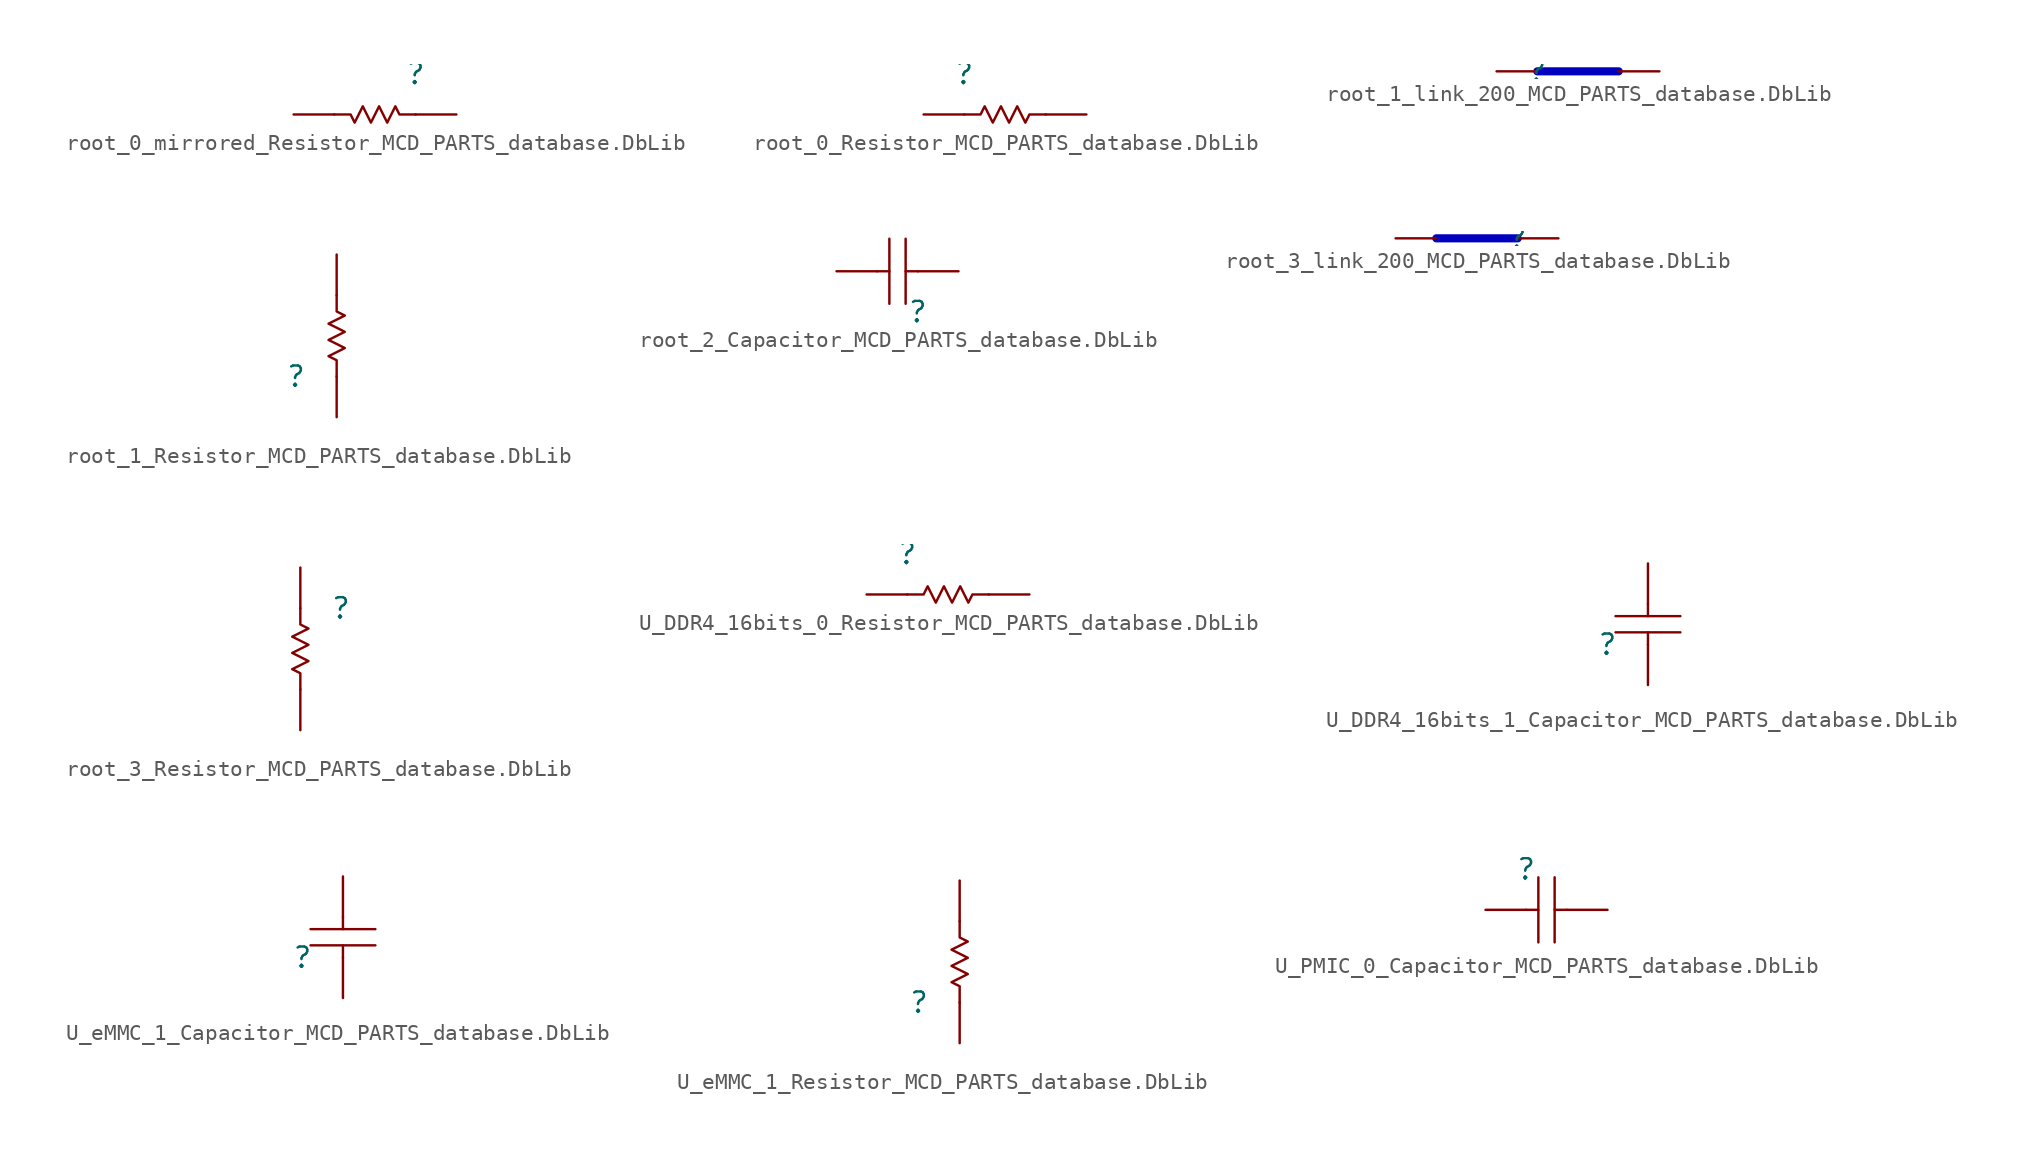
<source format=kicad_sym>
(kicad_symbol_lib
  (version 20241209)
  (generator "kicad_symbol_editor")
  (generator_version "9.0")
  (symbol "root_0_mirrored_Resistor_MCD_PARTS_database.DbLib"
    (pin_numbers
      (hide yes))
    (pin_names
      (hide yes))
    (property "Reference" ""
      (at 0 0 0)
      (effects (font (size 1.27 1.27))))
    (property "Value" ""
      (at 0 0 0)
      (effects (font (size 1.27 1.27))))
    (symbol "root_0_mirrored_Resistor_MCD_PARTS_database.DbLib_1_0"
      (polyline (pts (xy -5.08 -2.54) (xy -4.064 -2.54) (xy -3.81 -3.048) (xy -3.302 -2.032) (xy -2.794 -3.048) (xy -2.286 -2.032) (xy -1.778 -3.048) (xy -1.27 -2.032) (xy -1.016 -2.54) (xy 0 -2.54)) (stroke (width 0) (type solid)) (fill (type none)))
      (pin passive line (at -7.62 -2.54 0) (length 2.54) (name "2" (effects (font (size 1.27 1.27)))) (number "2" (effects (font (size 1.27 1.27)))))
      (pin passive line (at 2.54 -2.54 180) (length 2.54) (name "1" (effects (font (size 1.27 1.27)))) (number "1" (effects (font (size 1.27 1.27)))))))
  (symbol "root_0_Resistor_MCD_PARTS_database.DbLib"
    (pin_numbers
      (hide yes))
    (pin_names
      (hide yes))
    (property "Reference" ""
      (at 0 0 0)
      (effects (font (size 1.27 1.27))))
    (property "Value" ""
      (at 0 0 0)
      (effects (font (size 1.27 1.27))))
    (symbol "root_0_Resistor_MCD_PARTS_database.DbLib_1_0"
      (polyline (pts (xy 5.08 -2.54) (xy 4.064 -2.54) (xy 3.81 -3.048) (xy 3.302 -2.032) (xy 2.794 -3.048) (xy 2.286 -2.032) (xy 1.778 -3.048) (xy 1.27 -2.032) (xy 1.016 -2.54) (xy 0 -2.54)) (stroke (width 0) (type solid)) (fill (type none)))
      (pin passive line (at -2.54 -2.54 0) (length 2.54) (name "1" (effects (font (size 1.27 1.27)))) (number "1" (effects (font (size 1.27 1.27)))))
      (pin passive line (at 7.62 -2.54 180) (length 2.54) (name "2" (effects (font (size 1.27 1.27)))) (number "2" (effects (font (size 1.27 1.27)))))))
  (symbol "root_1_link_200_MCD_PARTS_database.DbLib"
    (pin_numbers
      (hide yes))
    (pin_names
      (hide yes))
    (property "Reference" ""
      (at 0 0 0)
      (effects (font (size 1.27 1.27))))
    (property "Value" ""
      (at 0 0 0)
      (effects (font (size 1.27 1.27))))
    (symbol "root_1_link_200_MCD_PARTS_database.DbLib_1_0"
      (polyline (pts (xy 0 0) (xy 5.08 0)) (stroke (width 0.508) (type solid) (color 0 0 191 1)) (fill (type none)))
      (pin passive line (at -2.54 0 0) (length 2.54) (name "2" (effects (font (size 1.27 1.27)))) (number "2" (effects (font (size 1.27 1.27)))))
      (pin passive line (at 7.62 0 180) (length 2.54) (name "1" (effects (font (size 1.27 1.27)))) (number "1" (effects (font (size 1.27 1.27)))))))
  (symbol "root_1_Resistor_MCD_PARTS_database.DbLib"
    (pin_numbers
      (hide yes))
    (pin_names
      (hide yes))
    (property "Reference" ""
      (at 0 0 0)
      (effects (font (size 1.27 1.27))))
    (property "Value" ""
      (at 0 0 0)
      (effects (font (size 1.27 1.27))))
    (symbol "root_1_Resistor_MCD_PARTS_database.DbLib_1_0"
      (polyline (pts (xy 2.54 5.08) (xy 2.54 4.064) (xy 3.048 3.81) (xy 2.032 3.302) (xy 3.048 2.794) (xy 2.032 2.286) (xy 3.048 1.778) (xy 2.032 1.27) (xy 2.54 1.016) (xy 2.54 0)) (stroke (width 0) (type solid)) (fill (type none)))
      (pin passive line (at 2.54 7.62 270) (length 2.54) (name "2" (effects (font (size 1.27 1.27)))) (number "2" (effects (font (size 1.27 1.27)))))
      (pin passive line (at 2.54 -2.54 90) (length 2.54) (name "1" (effects (font (size 1.27 1.27)))) (number "1" (effects (font (size 1.27 1.27)))))))
  (symbol "root_2_Capacitor_MCD_PARTS_database.DbLib"
    (pin_numbers
      (hide yes))
    (pin_names
      (hide yes))
    (property "Reference" ""
      (at 0 0 0)
      (effects (font (size 1.27 1.27))))
    (property "Value" ""
      (at 0 0 0)
      (effects (font (size 1.27 1.27))))
    (symbol "root_2_Capacitor_MCD_PARTS_database.DbLib_1_0"
      (polyline (pts (xy -2.54 2.54) (xy -1.778 2.54)) (stroke (width 0) (type solid)) (fill (type none)))
      (polyline (pts (xy -1.778 0.508) (xy -1.778 4.572)) (stroke (width 0) (type solid)) (fill (type none)))
      (polyline (pts (xy -0.762 4.572) (xy -0.762 0.508)) (stroke (width 0) (type solid)) (fill (type none)))
      (polyline (pts (xy 0 2.54) (xy -0.762 2.54)) (stroke (width 0) (type solid)) (fill (type none)))
      (pin passive line (at -5.08 2.54 0) (length 2.54) (name "2" (effects (font (size 1.27 1.27)))) (number "2" (effects (font (size 1.27 1.27)))))
      (pin passive line (at 2.54 2.54 180) (length 2.54) (name "1" (effects (font (size 1.27 1.27)))) (number "1" (effects (font (size 1.27 1.27)))))))
  (symbol "root_3_link_200_MCD_PARTS_database.DbLib"
    (pin_numbers
      (hide yes))
    (pin_names
      (hide yes))
    (property "Reference" ""
      (at 0 0 0)
      (effects (font (size 1.27 1.27))))
    (property "Value" ""
      (at 0 0 0)
      (effects (font (size 1.27 1.27))))
    (symbol "root_3_link_200_MCD_PARTS_database.DbLib_1_0"
      (polyline (pts (xy 0 0) (xy -5.08 0)) (stroke (width 0.508) (type solid) (color 0 0 191 1)) (fill (type none)))
      (pin passive line (at -7.62 0 0) (length 2.54) (name "1" (effects (font (size 1.27 1.27)))) (number "1" (effects (font (size 1.27 1.27)))))
      (pin passive line (at 2.54 0 180) (length 2.54) (name "2" (effects (font (size 1.27 1.27)))) (number "2" (effects (font (size 1.27 1.27)))))))
  (symbol "root_3_Resistor_MCD_PARTS_database.DbLib"
    (pin_numbers
      (hide yes))
    (pin_names
      (hide yes))
    (property "Reference" ""
      (at 0 0 0)
      (effects (font (size 1.27 1.27))))
    (property "Value" ""
      (at 0 0 0)
      (effects (font (size 1.27 1.27))))
    (symbol "root_3_Resistor_MCD_PARTS_database.DbLib_1_0"
      (polyline (pts (xy -2.54 -5.08) (xy -2.54 -4.064) (xy -3.048 -3.81) (xy -2.032 -3.302) (xy -3.048 -2.794) (xy -2.032 -2.286) (xy -3.048 -1.778) (xy -2.032 -1.27) (xy -2.54 -1.016) (xy -2.54 0)) (stroke (width 0) (type solid)) (fill (type none)))
      (pin passive line (at -2.54 2.54 270) (length 2.54) (name "1" (effects (font (size 1.27 1.27)))) (number "1" (effects (font (size 1.27 1.27)))))
      (pin passive line (at -2.54 -7.62 90) (length 2.54) (name "2" (effects (font (size 1.27 1.27)))) (number "2" (effects (font (size 1.27 1.27)))))))
  (symbol "U_DDR4_16bits_0_Resistor_MCD_PARTS_database.DbLib"
    (pin_numbers
      (hide yes))
    (pin_names
      (hide yes))
    (property "Reference" ""
      (at 0 0 0)
      (effects (font (size 1.27 1.27))))
    (property "Value" ""
      (at 0 0 0)
      (effects (font (size 1.27 1.27))))
    (symbol "U_DDR4_16bits_0_Resistor_MCD_PARTS_database.DbLib_1_0"
      (polyline (pts (xy 5.08 -2.54) (xy 4.064 -2.54) (xy 3.81 -3.048) (xy 3.302 -2.032) (xy 2.794 -3.048) (xy 2.286 -2.032) (xy 1.778 -3.048) (xy 1.27 -2.032) (xy 1.016 -2.54) (xy 0 -2.54)) (stroke (width 0) (type solid)) (fill (type none)))
      (pin passive line (at -2.54 -2.54 0) (length 2.54) (name "1" (effects (font (size 1.27 1.27)))) (number "1" (effects (font (size 1.27 1.27)))))
      (pin passive line (at 7.62 -2.54 180) (length 2.54) (name "2" (effects (font (size 1.27 1.27)))) (number "2" (effects (font (size 1.27 1.27)))))))
  (symbol "U_DDR4_16bits_1_Capacitor_MCD_PARTS_database.DbLib"
    (pin_numbers
      (hide yes))
    (pin_names
      (hide yes))
    (property "Reference" ""
      (at 0 0 0)
      (effects (font (size 1.27 1.27))))
    (property "Value" ""
      (at 0 0 0)
      (effects (font (size 1.27 1.27))))
    (symbol "U_DDR4_16bits_1_Capacitor_MCD_PARTS_database.DbLib_1_0"
      (polyline (pts (xy 0.508 1.778) (xy 4.572 1.778)) (stroke (width 0) (type solid)) (fill (type none)))
      (polyline (pts (xy 2.54 2.54) (xy 2.54 1.778)) (stroke (width 0) (type solid)) (fill (type none)))
      (polyline (pts (xy 2.54 0) (xy 2.54 0.762)) (stroke (width 0) (type solid)) (fill (type none)))
      (polyline (pts (xy 4.572 0.762) (xy 0.508 0.762)) (stroke (width 0) (type solid)) (fill (type none)))
      (pin passive line (at 2.54 5.08 270) (length 2.54) (name "2" (effects (font (size 1.27 1.27)))) (number "2" (effects (font (size 1.27 1.27)))))
      (pin passive line (at 2.54 -2.54 90) (length 2.54) (name "1" (effects (font (size 1.27 1.27)))) (number "1" (effects (font (size 1.27 1.27)))))))
  (symbol "U_eMMC_1_Capacitor_MCD_PARTS_database.DbLib"
    (pin_numbers
      (hide yes))
    (pin_names
      (hide yes))
    (property "Reference" ""
      (at 0 0 0)
      (effects (font (size 1.27 1.27))))
    (property "Value" ""
      (at 0 0 0)
      (effects (font (size 1.27 1.27))))
    (symbol "U_eMMC_1_Capacitor_MCD_PARTS_database.DbLib_1_0"
      (polyline (pts (xy 0.508 1.778) (xy 4.572 1.778)) (stroke (width 0) (type solid)) (fill (type none)))
      (polyline (pts (xy 2.54 2.54) (xy 2.54 1.778)) (stroke (width 0) (type solid)) (fill (type none)))
      (polyline (pts (xy 2.54 0) (xy 2.54 0.762)) (stroke (width 0) (type solid)) (fill (type none)))
      (polyline (pts (xy 4.572 0.762) (xy 0.508 0.762)) (stroke (width 0) (type solid)) (fill (type none)))
      (pin passive line (at 2.54 5.08 270) (length 2.54) (name "2" (effects (font (size 1.27 1.27)))) (number "2" (effects (font (size 1.27 1.27)))))
      (pin passive line (at 2.54 -2.54 90) (length 2.54) (name "1" (effects (font (size 1.27 1.27)))) (number "1" (effects (font (size 1.27 1.27)))))))
  (symbol "U_eMMC_1_Resistor_MCD_PARTS_database.DbLib"
    (pin_numbers
      (hide yes))
    (pin_names
      (hide yes))
    (property "Reference" ""
      (at 0 0 0)
      (effects (font (size 1.27 1.27))))
    (property "Value" ""
      (at 0 0 0)
      (effects (font (size 1.27 1.27))))
    (symbol "U_eMMC_1_Resistor_MCD_PARTS_database.DbLib_1_0"
      (polyline (pts (xy 2.54 5.08) (xy 2.54 4.064) (xy 3.048 3.81) (xy 2.032 3.302) (xy 3.048 2.794) (xy 2.032 2.286) (xy 3.048 1.778) (xy 2.032 1.27) (xy 2.54 1.016) (xy 2.54 0)) (stroke (width 0) (type solid)) (fill (type none)))
      (pin passive line (at 2.54 7.62 270) (length 2.54) (name "2" (effects (font (size 1.27 1.27)))) (number "2" (effects (font (size 1.27 1.27)))))
      (pin passive line (at 2.54 -2.54 90) (length 2.54) (name "1" (effects (font (size 1.27 1.27)))) (number "1" (effects (font (size 1.27 1.27)))))))
  (symbol "U_PMIC_0_Capacitor_MCD_PARTS_database.DbLib"
    (pin_numbers
      (hide yes))
    (pin_names
      (hide yes))
    (property "Reference" ""
      (at 0 0 0)
      (effects (font (size 1.27 1.27))))
    (property "Value" ""
      (at 0 0 0)
      (effects (font (size 1.27 1.27))))
    (symbol "U_PMIC_0_Capacitor_MCD_PARTS_database.DbLib_1_0"
      (polyline (pts (xy 0 -2.54) (xy 0.762 -2.54)) (stroke (width 0) (type solid)) (fill (type none)))
      (polyline (pts (xy 0.762 -4.572) (xy 0.762 -0.508)) (stroke (width 0) (type solid)) (fill (type none)))
      (polyline (pts (xy 1.778 -0.508) (xy 1.778 -4.572)) (stroke (width 0) (type solid)) (fill (type none)))
      (polyline (pts (xy 2.54 -2.54) (xy 1.778 -2.54)) (stroke (width 0) (type solid)) (fill (type none)))
      (pin passive line (at -2.54 -2.54 0) (length 2.54) (name "1" (effects (font (size 1.27 1.27)))) (number "1" (effects (font (size 1.27 1.27)))))
      (pin passive line (at 5.08 -2.54 180) (length 2.54) (name "2" (effects (font (size 1.27 1.27)))) (number "2" (effects (font (size 1.27 1.27))))))))
</source>
